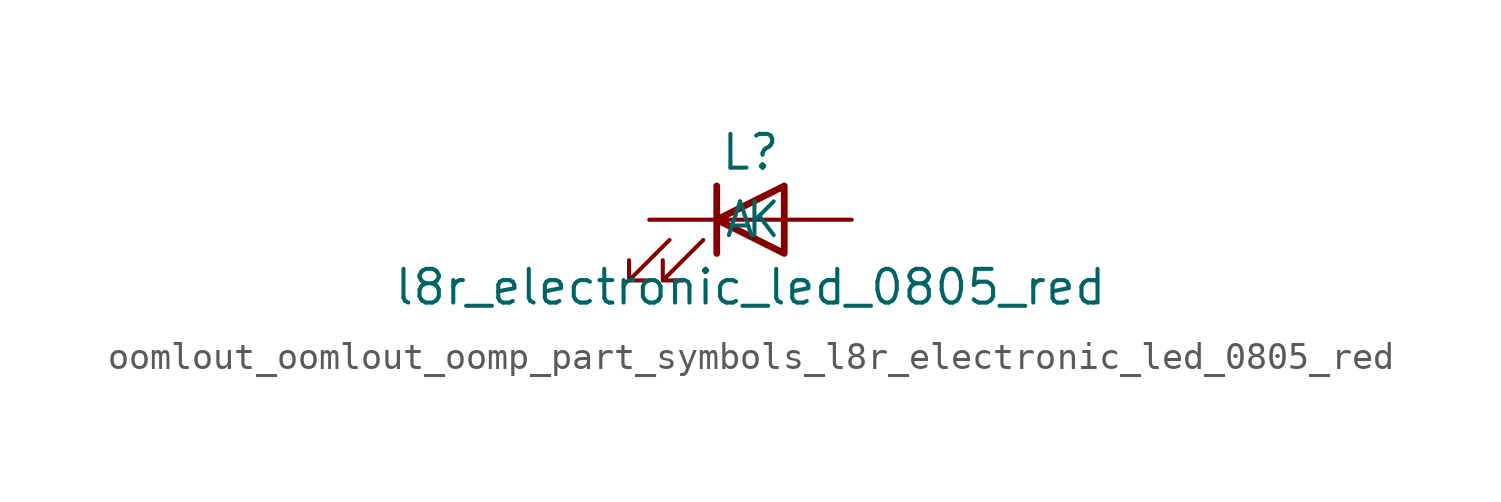
<source format=kicad_sym>
(kicad_symbol_lib
  (version 20220914)
  (generator kicad_symbol_editor)
  (symbol "oomlout_oomlout_oomp_part_symbols_l8r_electronic_led_0805_red"
    (pin_numbers hide)
    (pin_names
      (offset 1.016))
    (property "Reference" "L"
      (at 0 2.54 0)
      (effects (font (size 1.27 1.27))))
    (property "Value" "l8r_electronic_led_0805_red"
      (at 0 -2.54 0)
      (effects (font (size 1.27 1.27))))
    (symbol "oomlout_oomlout_oomp_part_symbols_l8r_electronic_led_0805_red_0_1"
      (polyline (pts (xy -1.27 -1.27) (xy -1.27 1.27)) (stroke (width 0.254) (type default)) (fill (type none)))
      (polyline (pts (xy -1.27 0) (xy 1.27 0)) (stroke (width 0) (type default)) (fill (type none)))
      (polyline (pts (xy 1.27 -1.27) (xy 1.27 1.27) (xy -1.27 0) (xy 1.27 -1.27)) (stroke (width 0.254) (type default)) (fill (type none)))
      (polyline (pts (xy -3.048 -0.762) (xy -4.572 -2.286) (xy -3.81 -2.286) (xy -4.572 -2.286) (xy -4.572 -1.524)) (stroke (width 0) (type default)) (fill (type none)))
      (polyline (pts (xy -1.778 -0.762) (xy -3.302 -2.286) (xy -2.54 -2.286) (xy -3.302 -2.286) (xy -3.302 -1.524)) (stroke (width 0) (type default)) (fill (type none))))
    (symbol "oomlout_oomlout_oomp_part_symbols_l8r_electronic_led_0805_red_1_1"
      (pin passive line (at -3.81 0 0) (length 2.54) (name "K" (effects (font (size 1.27 1.27)))) (number "1" (effects (font (size 1.27 1.27)))))
      (pin passive line (at 3.81 0 180) (length 2.54) (name "A" (effects (font (size 1.27 1.27)))) (number "2" (effects (font (size 1.27 1.27))))))))
</source>
